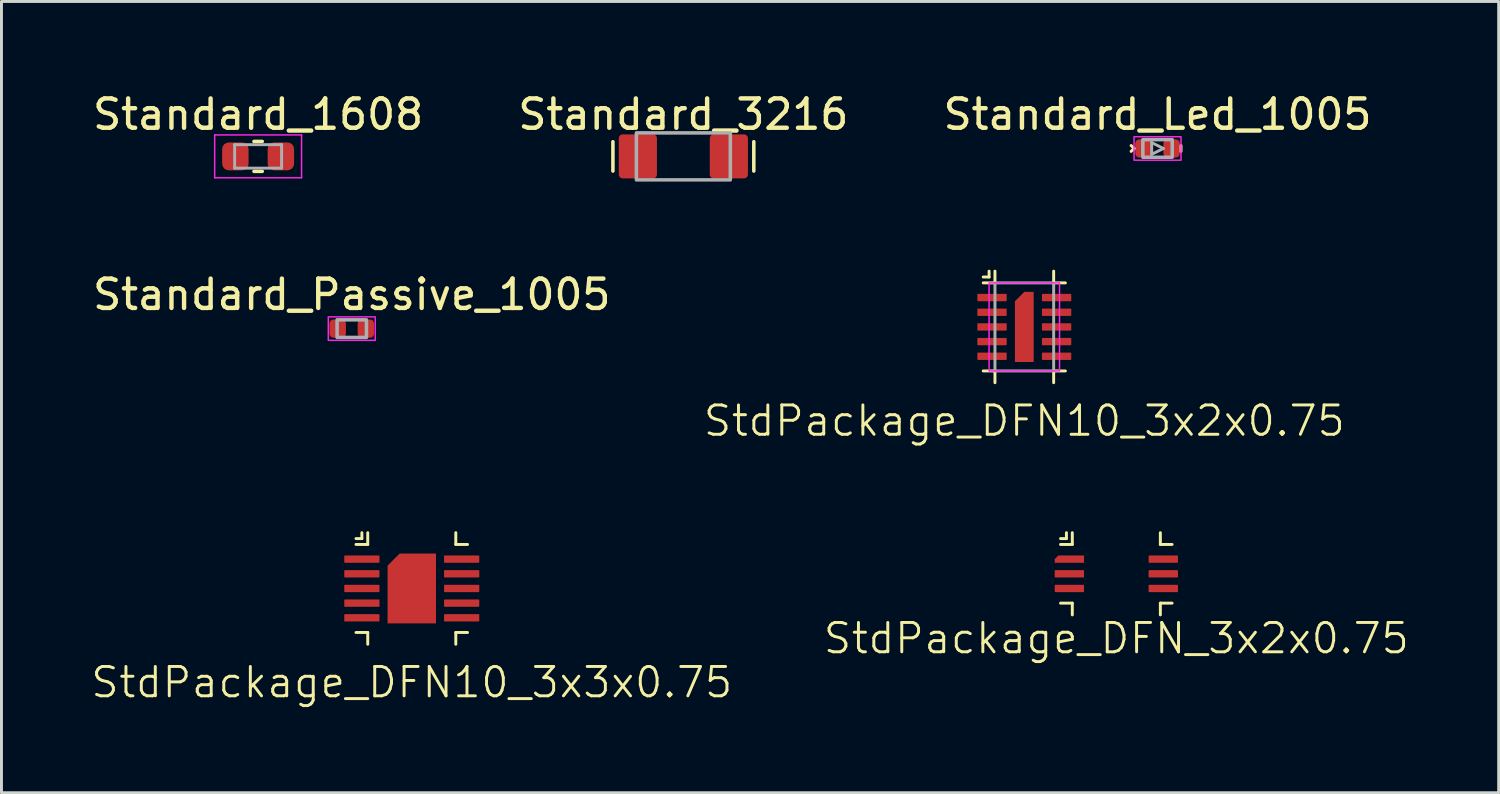
<source format=kicad_pcb>
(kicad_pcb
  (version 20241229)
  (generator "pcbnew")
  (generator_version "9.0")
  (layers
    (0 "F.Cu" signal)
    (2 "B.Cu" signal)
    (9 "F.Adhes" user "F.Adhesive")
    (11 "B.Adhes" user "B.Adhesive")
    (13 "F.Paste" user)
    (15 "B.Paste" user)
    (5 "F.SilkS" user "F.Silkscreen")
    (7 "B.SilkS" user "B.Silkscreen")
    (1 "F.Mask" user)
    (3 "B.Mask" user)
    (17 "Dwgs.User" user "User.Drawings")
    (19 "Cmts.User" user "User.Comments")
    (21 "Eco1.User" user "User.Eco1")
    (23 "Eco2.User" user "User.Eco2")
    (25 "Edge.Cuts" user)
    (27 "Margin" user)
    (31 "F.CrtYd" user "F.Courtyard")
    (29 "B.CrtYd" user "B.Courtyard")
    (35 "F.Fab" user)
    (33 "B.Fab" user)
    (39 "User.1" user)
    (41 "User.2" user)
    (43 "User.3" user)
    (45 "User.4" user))
  (footprint "StdPackage_DFN10_3x2x0.75"
    (layer "F.Cu")
    (at 31.848 8.088)
    (property "Reference" "StdPackage_DFN10_3x2x0.75" (at 0 3.2 0) (unlocked yes) (layer "F.SilkS") (effects (font (size 1 1) (thickness 0.1))))
    (attr smd)
    (fp_line (start -1.4 -1.7) (end -1.2 -1.7) (stroke (width 0.1) (type default)) (layer "F.SilkS"))
    (fp_line (start -1.2 -1.7) (end -1.2 -1.9) (stroke (width 0.1) (type default)) (layer "F.SilkS"))
    (fp_line (start -1 -1.5) (end -1.4 -1.5) (stroke (width 0.1) (type default)) (layer "F.SilkS"))
    (fp_line (start -1 -1.5) (end -1 -1.9) (stroke (width 0.1) (type default)) (layer "F.SilkS"))
    (fp_line (start -1 1.5) (end -1.4 1.5) (stroke (width 0.1) (type default)) (layer "F.SilkS"))
    (fp_line (start -1 1.5) (end -1 1.9) (stroke (width 0.1) (type default)) (layer "F.SilkS"))
    (fp_line (start 1 -1.5) (end 1 -1.9) (stroke (width 0.1) (type default)) (layer "F.SilkS"))
    (fp_line (start 1 -1.5) (end 1.4 -1.5) (stroke (width 0.1) (type default)) (layer "F.SilkS"))
    (fp_line (start 1 1.5) (end 1 1.9) (stroke (width 0.1) (type default)) (layer "F.SilkS"))
    (fp_line (start 1 1.5) (end 1.4 1.5) (stroke (width 0.1) (type default)) (layer "F.SilkS"))
    (fp_rect (start -1.2 -1.5) (end 1.2 1.5) (stroke (width 0.05) (type default)) (fill no) (layer "F.CrtYd"))
    (fp_rect (start -1 -1.5) (end 1 1.5) (stroke (width 0.1) (type default)) (fill no) (layer "F.Fab"))
    (pad "1" smd roundrect (at -1.1 -1) (size 1 0.25) (layers "F.Cu" "F.Mask" "F.Paste") (roundrect_rratio 0.1))
    (pad "2" smd roundrect (at -1.1 -0.5) (size 1 0.25) (layers "F.Cu" "F.Mask" "F.Paste") (roundrect_rratio 0.1))
    (pad "3" smd roundrect (at -1.1 0) (size 1 0.25) (layers "F.Cu" "F.Mask" "F.Paste") (roundrect_rratio 0.1))
    (pad "4" smd roundrect (at -1.1 0.5) (size 1 0.25) (layers "F.Cu" "F.Mask" "F.Paste") (roundrect_rratio 0.1))
    (pad "5" smd roundrect (at -1.1 1) (size 1 0.25) (layers "F.Cu" "F.Mask" "F.Paste") (roundrect_rratio 0.1))
    (pad "6" smd roundrect (at 1.1 1) (size 1 0.25) (layers "F.Cu" "F.Mask" "F.Paste") (roundrect_rratio 0.1))
    (pad "7" smd roundrect (at 1.1 0.5) (size 1 0.25) (layers "F.Cu" "F.Mask" "F.Paste") (roundrect_rratio 0.1))
    (pad "8" smd roundrect (at 1.1 0) (size 1 0.25) (layers "F.Cu" "F.Mask" "F.Paste") (roundrect_rratio 0.1))
    (pad "9" smd roundrect (at 1.1 -0.5) (size 1 0.25) (layers "F.Cu" "F.Mask" "F.Paste") (roundrect_rratio 0.1))
    (pad "10" smd roundrect (at 1.1 -1) (size 1 0.25) (layers "F.Cu" "F.Mask" "F.Paste") (roundrect_rratio 0.1))
    (pad "11" smd roundrect (at 0 0) (size 0.64 2.39) (layers "F.Cu" "F.Mask" "F.Paste") (roundrect_rratio 0) (chamfer_ratio 0.5) (chamfer top_left)))
  (footprint "Standard_Passive_1005"
    (layer "F.Cu")
    (at 8.935 8.146)
    (property "Reference" "Standard_Passive_1005" (at 0 -1.16 0) (layer "F.SilkS") (effects (font (size 1 1) (thickness 0.15))))
    (attr smd)
    (fp_rect (start -0.8 -0.4) (end 0.8 0.4) (stroke (width 0.05) (type default)) (fill no) (layer "F.CrtYd"))
    (fp_rect (start -0.5 -0.3) (end 0.5 0.3) (stroke (width 0.12) (type solid)) (fill no) (layer "F.Fab"))
    (pad "1" smd roundrect (at -0.48 0) (size 0.56 0.62) (layers "F.Cu" "F.Mask" "F.Paste") (roundrect_rratio 0.25))
    (pad "2" smd roundrect (at 0.48 0) (size 0.56 0.62) (layers "F.Cu" "F.Mask" "F.Paste") (roundrect_rratio 0.25)))
  (footprint "StdPackage_DFN_3x2x0.75"
    (layer "F.Cu")
    (at 34.983 16.499)
    (property "Reference" "StdPackage_DFN_3x2x0.75" (at 0 2.2 0) (unlocked yes) (layer "F.SilkS") (effects (font (size 1 1) (thickness 0.1))))
    (attr smd)
    (fp_line (start -1.9 -1.2) (end -1.7 -1.2) (stroke (width 0.1) (type default)) (layer "F.SilkS"))
    (fp_line (start -1.7 -1.2) (end -1.7 -1.4) (stroke (width 0.1) (type default)) (layer "F.SilkS"))
    (fp_line (start -1.5 -1) (end -1.9 -1) (stroke (width 0.1) (type default)) (layer "F.SilkS"))
    (fp_line (start -1.5 -1) (end -1.5 -1.4) (stroke (width 0.1) (type default)) (layer "F.SilkS"))
    (fp_line (start -1.5 1) (end -1.9 1) (stroke (width 0.1) (type default)) (layer "F.SilkS"))
    (fp_line (start -1.5 1) (end -1.5 1.4) (stroke (width 0.1) (type default)) (layer "F.SilkS"))
    (fp_line (start 1.5 -1) (end 1.5 -1.4) (stroke (width 0.1) (type default)) (layer "F.SilkS"))
    (fp_line (start 1.5 -1) (end 1.9 -1) (stroke (width 0.1) (type default)) (layer "F.SilkS"))
    (fp_line (start 1.5 1) (end 1.5 1.4) (stroke (width 0.1) (type default)) (layer "F.SilkS"))
    (fp_line (start 1.5 1) (end 1.9 1) (stroke (width 0.1) (type default)) (layer "F.SilkS"))
    (pad "1" smd roundrect (at -1.6 -0.5) (size 1 0.25) (layers "F.Cu" "F.Mask" "F.Paste") (roundrect_rratio 0) (chamfer_ratio 0.5) (chamfer top_left))
    (pad "2" smd roundrect (at -1.6 0) (size 1 0.25) (layers "F.Cu" "F.Mask" "F.Paste") (roundrect_rratio 0.1))
    (pad "3" smd roundrect (at -1.6 0.5) (size 1 0.25) (layers "F.Cu" "F.Mask" "F.Paste") (roundrect_rratio 0.1))
    (pad "4" smd roundrect (at 1.6 0.5) (size 1 0.25) (layers "F.Cu" "F.Mask" "F.Paste") (roundrect_rratio 0.1))
    (pad "5" smd roundrect (at 1.6 0) (size 1 0.25) (layers "F.Cu" "F.Mask" "F.Paste") (roundrect_rratio 0.1))
    (pad "6" smd roundrect (at 1.6 -0.5) (size 1 0.25) (layers "F.Cu" "F.Mask" "F.Paste") (roundrect_rratio 0.1)))
  (footprint "Standard_3216"
    (layer "F.Cu")
    (at 20.232 2.278)
    (property "Reference" "Standard_3216" (at 0 -1.43 0) (layer "F.SilkS") (effects (font (size 1 1) (thickness 0.15))))
    (attr smd)
    (fp_line (start -2.4 -0.5) (end -2.4 0.5) (stroke (width 0.12) (type solid)) (layer "F.SilkS"))
    (fp_line (start 2.4 -0.5) (end 2.4 0.5) (stroke (width 0.12) (type solid)) (layer "F.SilkS"))
    (fp_rect (start -1.6 -0.8) (end 1.6 0.8) (stroke (width 0.12) (type solid)) (fill no) (layer "F.Fab"))
    (pad "1" smd roundrect (at -1.55 0) (size 1.3 1.5) (layers "F.Cu" "F.Mask" "F.Paste") (roundrect_rratio 0.1))
    (pad "2" smd roundrect (at 1.55 0) (size 1.3 1.5) (layers "F.Cu" "F.Mask" "F.Paste") (roundrect_rratio 0.1)))
  (footprint "StdPackage_DFN10_3x3x0.75"
    (layer "F.Cu")
    (at 10.979 16.999)
    (property "Reference" "StdPackage_DFN10_3x3x0.75" (at 0 3.2 0) (unlocked yes) (layer "F.SilkS") (effects (font (size 1 1) (thickness 0.1))))
    (attr smd)
    (fp_line (start -1.9 -1.7) (end -1.7 -1.7) (stroke (width 0.1) (type default)) (layer "F.SilkS"))
    (fp_line (start -1.7 -1.7) (end -1.7 -1.9) (stroke (width 0.1) (type default)) (layer "F.SilkS"))
    (fp_line (start -1.5 -1.5) (end -1.9 -1.5) (stroke (width 0.1) (type default)) (layer "F.SilkS"))
    (fp_line (start -1.5 -1.5) (end -1.5 -1.9) (stroke (width 0.1) (type default)) (layer "F.SilkS"))
    (fp_line (start -1.5 1.5) (end -1.9 1.5) (stroke (width 0.1) (type default)) (layer "F.SilkS"))
    (fp_line (start -1.5 1.5) (end -1.5 1.9) (stroke (width 0.1) (type default)) (layer "F.SilkS"))
    (fp_line (start 1.5 -1.5) (end 1.5 -1.9) (stroke (width 0.1) (type default)) (layer "F.SilkS"))
    (fp_line (start 1.5 -1.5) (end 1.9 -1.5) (stroke (width 0.1) (type default)) (layer "F.SilkS"))
    (fp_line (start 1.5 1.5) (end 1.5 1.9) (stroke (width 0.1) (type default)) (layer "F.SilkS"))
    (fp_line (start 1.5 1.5) (end 1.9 1.5) (stroke (width 0.1) (type default)) (layer "F.SilkS"))
    (pad "1" smd roundrect (at -1.7 -1) (size 1.2 0.25) (layers "F.Cu" "F.Mask" "F.Paste") (roundrect_rratio 0.1))
    (pad "2" smd roundrect (at -1.7 -0.5) (size 1.2 0.25) (layers "F.Cu" "F.Mask" "F.Paste") (roundrect_rratio 0.1))
    (pad "3" smd roundrect (at -1.7 0) (size 1.2 0.25) (layers "F.Cu" "F.Mask" "F.Paste") (roundrect_rratio 0.1))
    (pad "4" smd roundrect (at -1.7 0.5) (size 1.2 0.25) (layers "F.Cu" "F.Mask" "F.Paste") (roundrect_rratio 0.1))
    (pad "5" smd roundrect (at -1.7 1) (size 1.2 0.25) (layers "F.Cu" "F.Mask" "F.Paste") (roundrect_rratio 0.1))
    (pad "6" smd roundrect (at 1.7 1) (size 1.2 0.25) (layers "F.Cu" "F.Mask" "F.Paste") (roundrect_rratio 0.1))
    (pad "7" smd roundrect (at 1.7 0.5) (size 1.2 0.25) (layers "F.Cu" "F.Mask" "F.Paste") (roundrect_rratio 0.1))
    (pad "8" smd roundrect (at 1.7 0) (size 1.2 0.25) (layers "F.Cu" "F.Mask" "F.Paste") (roundrect_rratio 0.1))
    (pad "9" smd roundrect (at 1.7 -0.5) (size 1.2 0.25) (layers "F.Cu" "F.Mask" "F.Paste") (roundrect_rratio 0.1))
    (pad "10" smd roundrect (at 1.7 -1) (size 1.2 0.25) (layers "F.Cu" "F.Mask" "F.Paste") (roundrect_rratio 0.1))
    (pad "11" smd roundrect (at 0 0) (size 1.65 2.38) (layers "F.Cu" "F.Mask" "F.Paste") (roundrect_rratio 0) (chamfer_ratio 0.25) (chamfer top_left)))
  (footprint "Standard_Led_1005"
    (layer "F.Cu")
    (at 36.387 2.008)
    (property "Reference" "Standard_Led_1005" (at 0 -1.16 0) (layer "F.SilkS") (effects (font (size 1 1) (thickness 0.15))))
    (attr smd)
    (fp_line (start -0.9 -0.1) (end -0.8 0) (stroke (width 0.1) (type default)) (layer "F.SilkS"))
    (fp_line (start -0.8 0) (end -0.9 0.1) (stroke (width 0.1) (type default)) (layer "F.SilkS"))
    (fp_line (start 0.8 -0.1) (end 0.8 0.1) (stroke (width 0.1) (type default)) (layer "F.SilkS"))
    (fp_rect (start -0.8 -0.4) (end 0.8 0.4) (stroke (width 0.05) (type default)) (fill no) (layer "F.CrtYd"))
    (fp_line (start -0.2 -0.2) (end -0.2 0.2) (stroke (width 0.1) (type default)) (layer "F.Fab"))
    (fp_line (start -0.2 0.2) (end 0.2 0) (stroke (width 0.1) (type default)) (layer "F.Fab"))
    (fp_line (start 0.2 0) (end -0.2 -0.2) (stroke (width 0.1) (type default)) (layer "F.Fab"))
    (fp_rect (start -0.5 -0.3) (end 0.5 0.3) (stroke (width 0.12) (type solid)) (fill no) (layer "F.Fab"))
    (pad "1" smd roundrect (at -0.48 0) (size 0.56 0.62) (layers "F.Cu" "F.Mask" "F.Paste") (roundrect_rratio 0.25))
    (pad "2" smd roundrect (at 0.48 0) (size 0.56 0.62) (layers "F.Cu" "F.Mask" "F.Paste") (roundrect_rratio 0.25)))
  (footprint "Standard_1608"
    (layer "F.Cu")
    (at 5.744 2.278)
    (property "Reference" "Standard_1608" (at 0 -1.43 0) (layer "F.SilkS") (effects (font (size 1 1) (thickness 0.15))))
    (attr smd)
    (fp_line (start -0.141 -0.51) (end 0.141 -0.51) (stroke (width 0.12) (type solid)) (layer "F.SilkS"))
    (fp_line (start -0.141 0.51) (end 0.141 0.51) (stroke (width 0.12) (type solid)) (layer "F.SilkS"))
    (fp_line (start -1.48 -0.73) (end 1.48 -0.73) (stroke (width 0.05) (type solid)) (layer "F.CrtYd"))
    (fp_line (start -1.48 0.73) (end -1.48 -0.73) (stroke (width 0.05) (type solid)) (layer "F.CrtYd"))
    (fp_line (start 1.48 -0.73) (end 1.48 0.73) (stroke (width 0.05) (type solid)) (layer "F.CrtYd"))
    (fp_line (start 1.48 0.73) (end -1.48 0.73) (stroke (width 0.05) (type solid)) (layer "F.CrtYd"))
    (fp_line (start -0.8 -0.4) (end 0.8 -0.4) (stroke (width 0.1) (type solid)) (layer "F.Fab"))
    (fp_line (start -0.8 0.4) (end -0.8 -0.4) (stroke (width 0.1) (type solid)) (layer "F.Fab"))
    (fp_line (start 0.8 -0.4) (end 0.8 0.4) (stroke (width 0.1) (type solid)) (layer "F.Fab"))
    (fp_line (start 0.8 0.4) (end -0.8 0.4) (stroke (width 0.1) (type solid)) (layer "F.Fab"))
    (pad "1" smd roundrect (at -0.775 0) (size 0.9 0.95) (layers "F.Cu" "F.Mask" "F.Paste") (roundrect_rratio 0.25))
    (pad "2" smd roundrect (at 0.775 0) (size 0.9 0.95) (layers "F.Cu" "F.Mask" "F.Paste") (roundrect_rratio 0.25)))
  (gr_rect
    (start -3 -3)
    (end 48.01 23.959)
    (stroke (width 0.1) (type default))
    (fill no)
    (layer "Edge.Cuts")))
</source>
